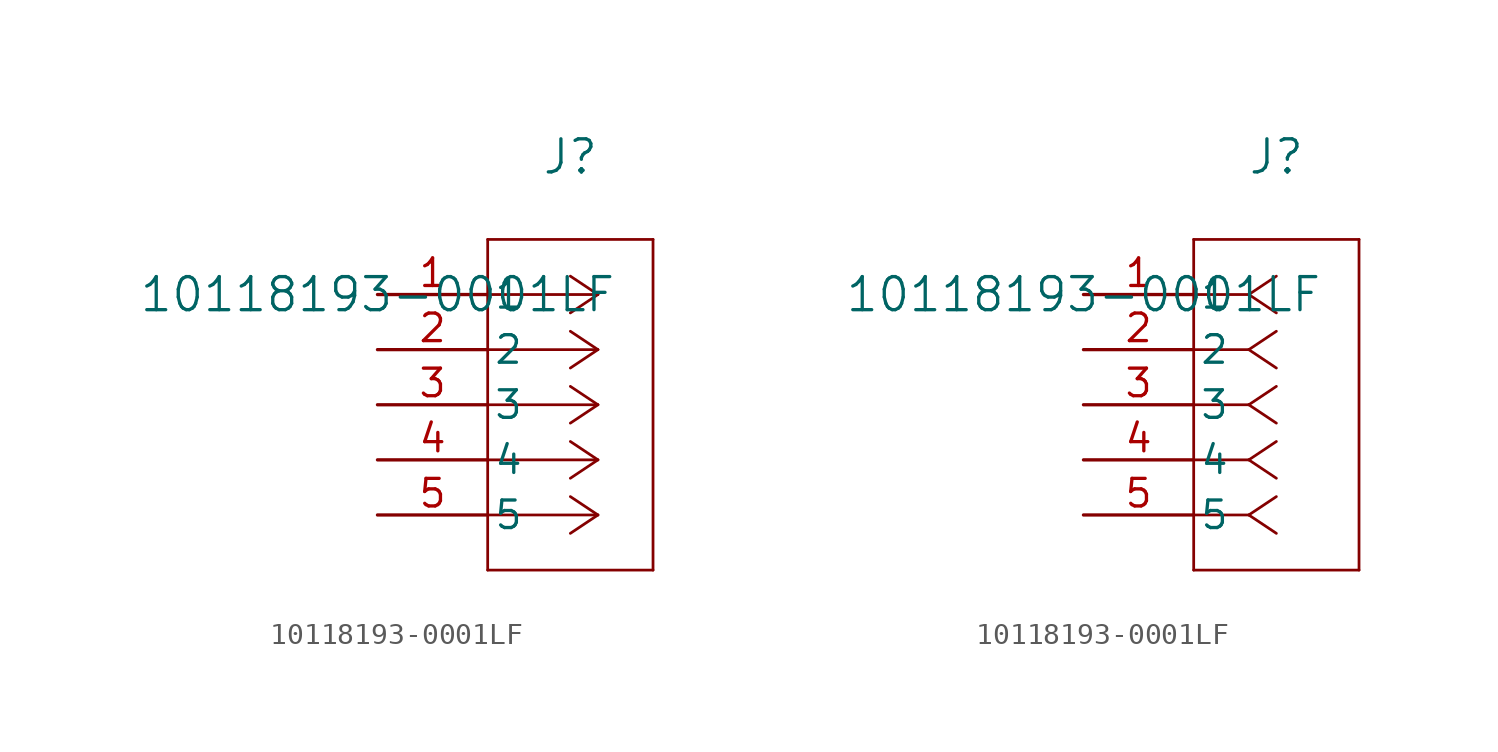
<source format=kicad_sym>
(kicad_symbol_lib
  (version 20211014)
  (generator kicad_symbol_editor)
  (symbol "10118193-0001LF"
    (pin_names
      (offset 0.254))
    (property "Reference" "J"
      (at 8.89 6.35 0)
      (effects (font (size 1.524 1.524))))
    (property "Value" "10118193-0001LF"
      (at 0 0 0)
      (effects (font (size 1.524 1.524))))
    (symbol "10118193-0001LF_1_1"
      (polyline (pts (xy 10.16 0) (xy 5.08 0)) (stroke (width 0.127) (type default) (color 0 0 0 0)) (fill (type none)))
      (polyline (pts (xy 10.16 -2.54) (xy 5.08 -2.54)) (stroke (width 0.127) (type default) (color 0 0 0 0)) (fill (type none)))
      (polyline (pts (xy 10.16 -5.08) (xy 5.08 -5.08)) (stroke (width 0.127) (type default) (color 0 0 0 0)) (fill (type none)))
      (polyline (pts (xy 10.16 -7.62) (xy 5.08 -7.62)) (stroke (width 0.127) (type default) (color 0 0 0 0)) (fill (type none)))
      (polyline (pts (xy 10.16 -10.16) (xy 5.08 -10.16)) (stroke (width 0.127) (type default) (color 0 0 0 0)) (fill (type none)))
      (polyline (pts (xy 10.16 0) (xy 8.89 0.847)) (stroke (width 0.127) (type default) (color 0 0 0 0)) (fill (type none)))
      (polyline (pts (xy 10.16 -2.54) (xy 8.89 -1.693)) (stroke (width 0.127) (type default) (color 0 0 0 0)) (fill (type none)))
      (polyline (pts (xy 10.16 -5.08) (xy 8.89 -4.233)) (stroke (width 0.127) (type default) (color 0 0 0 0)) (fill (type none)))
      (polyline (pts (xy 10.16 -7.62) (xy 8.89 -6.773)) (stroke (width 0.127) (type default) (color 0 0 0 0)) (fill (type none)))
      (polyline (pts (xy 10.16 -10.16) (xy 8.89 -9.313)) (stroke (width 0.127) (type default) (color 0 0 0 0)) (fill (type none)))
      (polyline (pts (xy 10.16 0) (xy 8.89 -0.847)) (stroke (width 0.127) (type default) (color 0 0 0 0)) (fill (type none)))
      (polyline (pts (xy 10.16 -2.54) (xy 8.89 -3.387)) (stroke (width 0.127) (type default) (color 0 0 0 0)) (fill (type none)))
      (polyline (pts (xy 10.16 -5.08) (xy 8.89 -5.927)) (stroke (width 0.127) (type default) (color 0 0 0 0)) (fill (type none)))
      (polyline (pts (xy 10.16 -7.62) (xy 8.89 -8.467)) (stroke (width 0.127) (type default) (color 0 0 0 0)) (fill (type none)))
      (polyline (pts (xy 10.16 -10.16) (xy 8.89 -11.007)) (stroke (width 0.127) (type default) (color 0 0 0 0)) (fill (type none)))
      (polyline (pts (xy 5.08 2.54) (xy 5.08 -12.7)) (stroke (width 0.127) (type default) (color 0 0 0 0)) (fill (type none)))
      (polyline (pts (xy 5.08 -12.7) (xy 12.7 -12.7)) (stroke (width 0.127) (type default) (color 0 0 0 0)) (fill (type none)))
      (polyline (pts (xy 12.7 -12.7) (xy 12.7 2.54)) (stroke (width 0.127) (type default) (color 0 0 0 0)) (fill (type none)))
      (polyline (pts (xy 12.7 2.54) (xy 5.08 2.54)) (stroke (width 0.127) (type default) (color 0 0 0 0)) (fill (type none)))
      (pin unspecified line (at 0 0 0) (length 5.08) (name "1" (effects (font (size 1.27 1.27)))) (number "1" (effects (font (size 1.27 1.27)))))
      (pin unspecified line (at 0 -2.54 0) (length 5.08) (name "2" (effects (font (size 1.27 1.27)))) (number "2" (effects (font (size 1.27 1.27)))))
      (pin unspecified line (at 0 -5.08 0) (length 5.08) (name "3" (effects (font (size 1.27 1.27)))) (number "3" (effects (font (size 1.27 1.27)))))
      (pin unspecified line (at 0 -7.62 0) (length 5.08) (name "4" (effects (font (size 1.27 1.27)))) (number "4" (effects (font (size 1.27 1.27)))))
      (pin unspecified line (at 0 -10.16 0) (length 5.08) (name "5" (effects (font (size 1.27 1.27)))) (number "5" (effects (font (size 1.27 1.27))))))
    (symbol "10118193-0001LF_1_2"
      (polyline (pts (xy 7.62 0) (xy 5.08 0)) (stroke (width 0.127) (type default) (color 0 0 0 0)) (fill (type none)))
      (polyline (pts (xy 7.62 -2.54) (xy 5.08 -2.54)) (stroke (width 0.127) (type default) (color 0 0 0 0)) (fill (type none)))
      (polyline (pts (xy 7.62 -5.08) (xy 5.08 -5.08)) (stroke (width 0.127) (type default) (color 0 0 0 0)) (fill (type none)))
      (polyline (pts (xy 7.62 -7.62) (xy 5.08 -7.62)) (stroke (width 0.127) (type default) (color 0 0 0 0)) (fill (type none)))
      (polyline (pts (xy 7.62 -10.16) (xy 5.08 -10.16)) (stroke (width 0.127) (type default) (color 0 0 0 0)) (fill (type none)))
      (polyline (pts (xy 7.62 0) (xy 8.89 0.847)) (stroke (width 0.127) (type default) (color 0 0 0 0)) (fill (type none)))
      (polyline (pts (xy 7.62 -2.54) (xy 8.89 -1.693)) (stroke (width 0.127) (type default) (color 0 0 0 0)) (fill (type none)))
      (polyline (pts (xy 7.62 -5.08) (xy 8.89 -4.233)) (stroke (width 0.127) (type default) (color 0 0 0 0)) (fill (type none)))
      (polyline (pts (xy 7.62 -7.62) (xy 8.89 -6.773)) (stroke (width 0.127) (type default) (color 0 0 0 0)) (fill (type none)))
      (polyline (pts (xy 7.62 -10.16) (xy 8.89 -9.313)) (stroke (width 0.127) (type default) (color 0 0 0 0)) (fill (type none)))
      (polyline (pts (xy 7.62 0) (xy 8.89 -0.847)) (stroke (width 0.127) (type default) (color 0 0 0 0)) (fill (type none)))
      (polyline (pts (xy 7.62 -2.54) (xy 8.89 -3.387)) (stroke (width 0.127) (type default) (color 0 0 0 0)) (fill (type none)))
      (polyline (pts (xy 7.62 -5.08) (xy 8.89 -5.927)) (stroke (width 0.127) (type default) (color 0 0 0 0)) (fill (type none)))
      (polyline (pts (xy 7.62 -7.62) (xy 8.89 -8.467)) (stroke (width 0.127) (type default) (color 0 0 0 0)) (fill (type none)))
      (polyline (pts (xy 7.62 -10.16) (xy 8.89 -11.007)) (stroke (width 0.127) (type default) (color 0 0 0 0)) (fill (type none)))
      (polyline (pts (xy 5.08 2.54) (xy 5.08 -12.7)) (stroke (width 0.127) (type default) (color 0 0 0 0)) (fill (type none)))
      (polyline (pts (xy 5.08 -12.7) (xy 12.7 -12.7)) (stroke (width 0.127) (type default) (color 0 0 0 0)) (fill (type none)))
      (polyline (pts (xy 12.7 -12.7) (xy 12.7 2.54)) (stroke (width 0.127) (type default) (color 0 0 0 0)) (fill (type none)))
      (polyline (pts (xy 12.7 2.54) (xy 5.08 2.54)) (stroke (width 0.127) (type default) (color 0 0 0 0)) (fill (type none)))
      (pin unspecified line (at 0 0 0) (length 5.08) (name "1" (effects (font (size 1.27 1.27)))) (number "1" (effects (font (size 1.27 1.27)))))
      (pin unspecified line (at 0 -2.54 0) (length 5.08) (name "2" (effects (font (size 1.27 1.27)))) (number "2" (effects (font (size 1.27 1.27)))))
      (pin unspecified line (at 0 -5.08 0) (length 5.08) (name "3" (effects (font (size 1.27 1.27)))) (number "3" (effects (font (size 1.27 1.27)))))
      (pin unspecified line (at 0 -7.62 0) (length 5.08) (name "4" (effects (font (size 1.27 1.27)))) (number "4" (effects (font (size 1.27 1.27)))))
      (pin unspecified line (at 0 -10.16 0) (length 5.08) (name "5" (effects (font (size 1.27 1.27)))) (number "5" (effects (font (size 1.27 1.27))))))))
</source>
